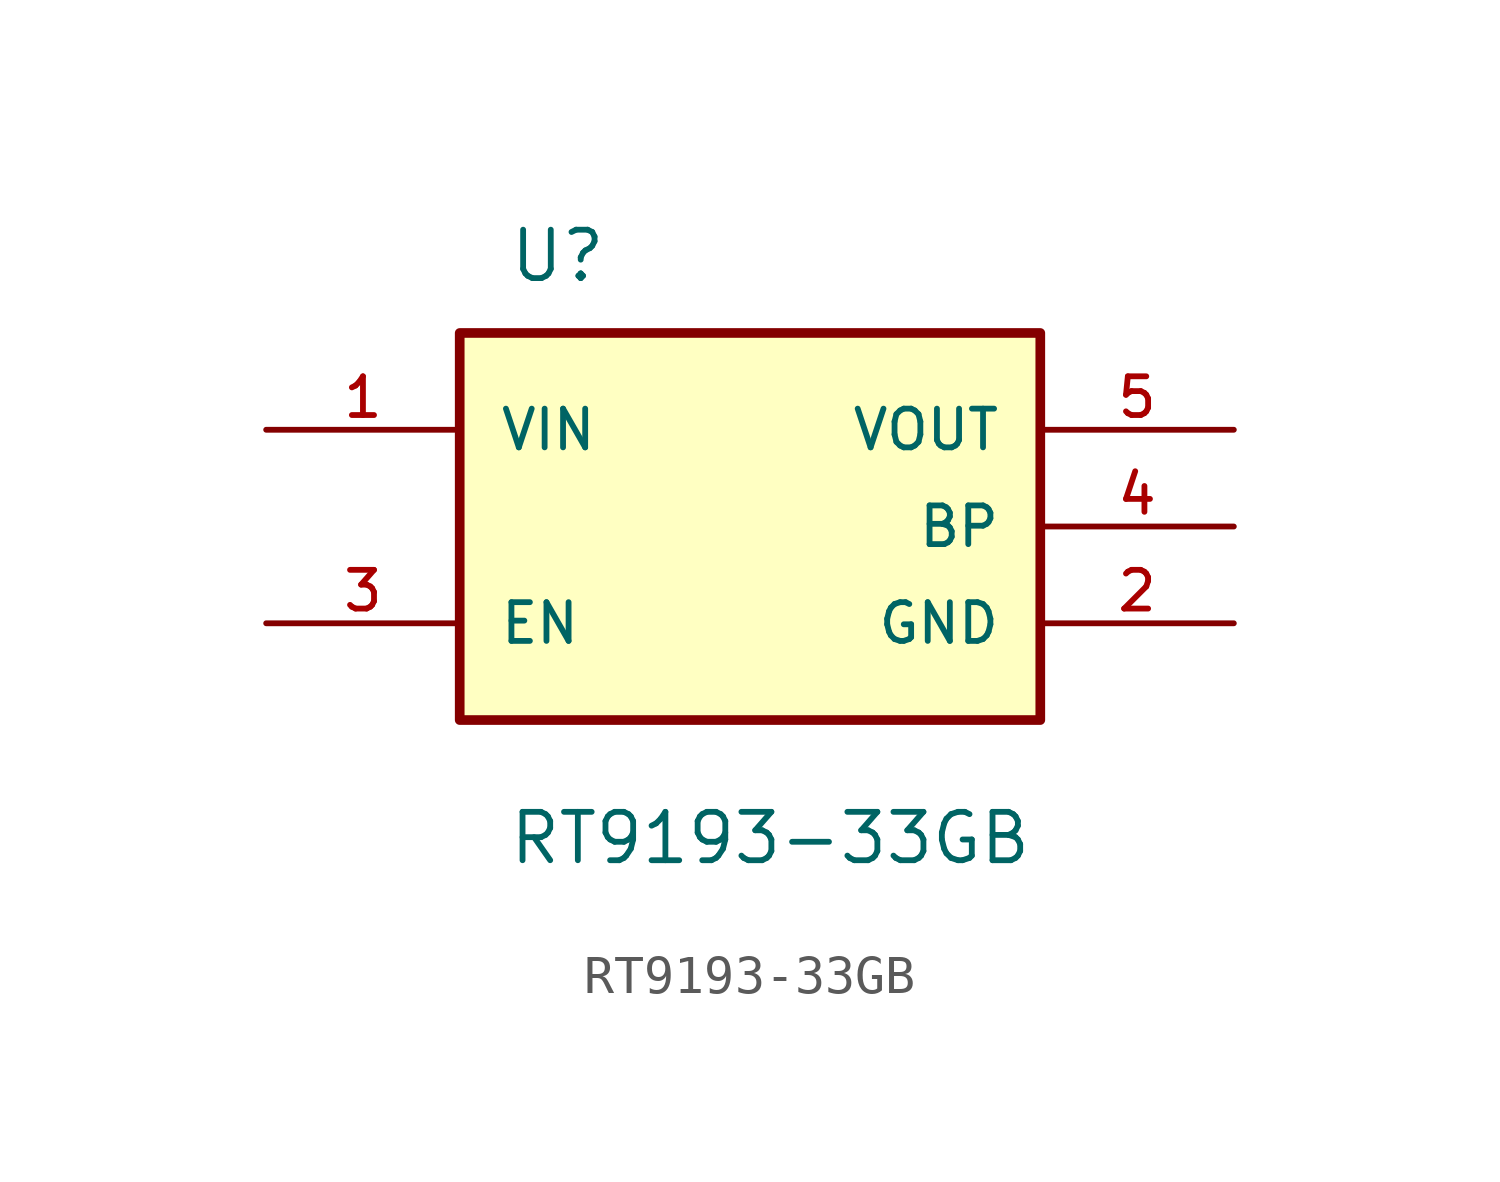
<source format=kicad_sym>
(kicad_symbol_lib
  (version 20211014)
  (generator kicad_symbol_editor)
  (symbol "RT9193-33GB"
    (pin_names
      (offset 1.016))
    (property "Reference" "U"
      (at -6.358 6.358 0)
      (effects (font (size 1.27 1.27)) (justify bottom left)))
    (property "Value" "RT9193-33GB"
      (at -6.373 -8.923 0)
      (effects (font (size 1.27 1.27)) (justify bottom left)))
    (symbol "RT9193-33GB_0_0"
      (rectangle (start -7.62 -5.08) (end 7.62 5.08) (stroke (width 0.254)) (fill (type background)))
      (pin input line (at -12.7 -2.54 0) (length 5.08) (name "EN" (effects (font (size 1.016 1.016)))) (number "3" (effects (font (size 1.016 1.016)))))
      (pin passive line (at 12.7 0.0 180.0) (length 5.08) (name "BP" (effects (font (size 1.016 1.016)))) (number "4" (effects (font (size 1.016 1.016)))))
      (pin input line (at -12.7 2.54 0) (length 5.08) (name "VIN" (effects (font (size 1.016 1.016)))) (number "1" (effects (font (size 1.016 1.016)))))
      (pin output line (at 12.7 2.54 180.0) (length 5.08) (name "VOUT" (effects (font (size 1.016 1.016)))) (number "5" (effects (font (size 1.016 1.016)))))
      (pin power_in line (at 12.7 -2.54 180.0) (length 5.08) (name "GND" (effects (font (size 1.016 1.016)))) (number "2" (effects (font (size 1.016 1.016))))))))
</source>
